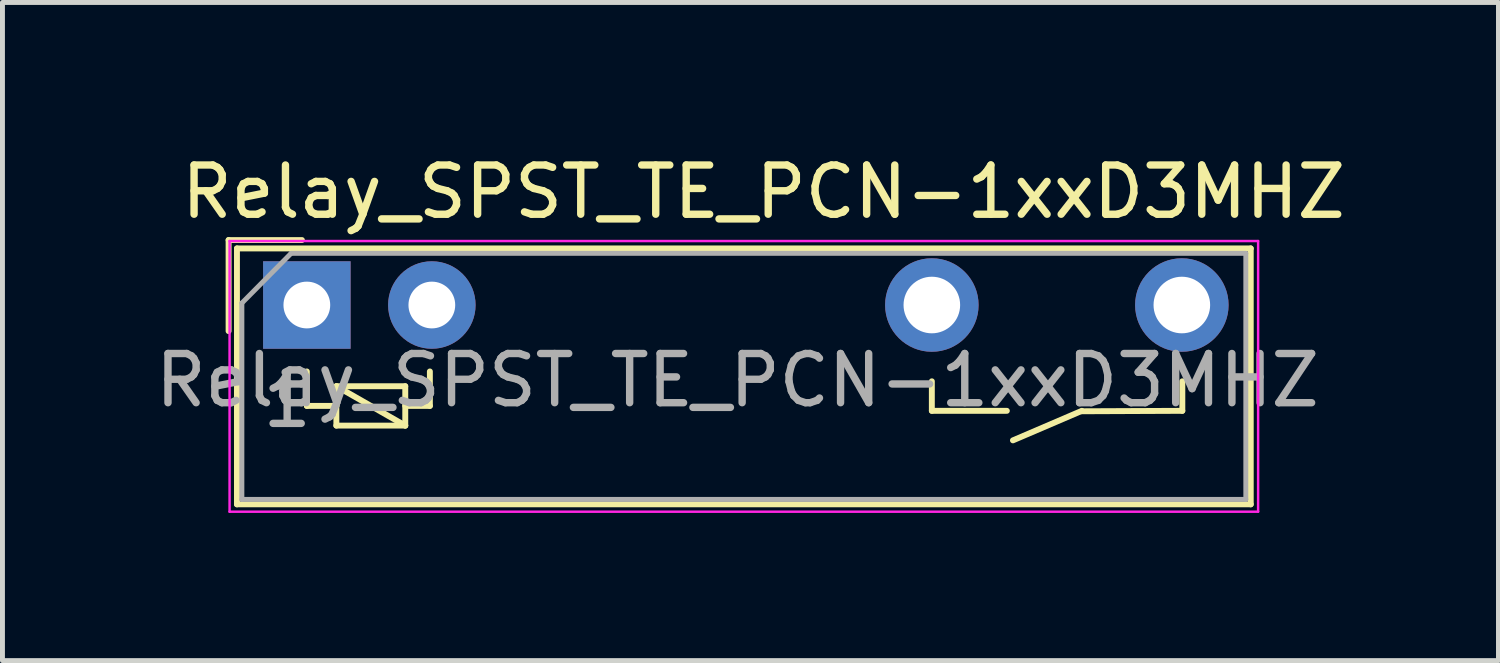
<source format=kicad_pcb>
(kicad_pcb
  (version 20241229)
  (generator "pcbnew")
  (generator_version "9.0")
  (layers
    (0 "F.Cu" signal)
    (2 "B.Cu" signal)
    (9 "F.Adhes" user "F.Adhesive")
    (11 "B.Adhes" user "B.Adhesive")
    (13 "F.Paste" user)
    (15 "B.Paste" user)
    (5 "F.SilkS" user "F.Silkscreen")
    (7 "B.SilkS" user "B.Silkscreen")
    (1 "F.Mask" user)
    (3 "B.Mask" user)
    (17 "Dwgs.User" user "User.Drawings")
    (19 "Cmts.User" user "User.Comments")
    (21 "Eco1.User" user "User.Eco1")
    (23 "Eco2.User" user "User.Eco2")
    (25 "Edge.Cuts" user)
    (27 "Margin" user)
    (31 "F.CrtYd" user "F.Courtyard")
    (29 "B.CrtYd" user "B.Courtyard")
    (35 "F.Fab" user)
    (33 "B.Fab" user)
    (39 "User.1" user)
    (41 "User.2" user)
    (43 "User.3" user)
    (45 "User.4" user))
  (footprint "Relay_SPST_TE_PCN-1xxD3MHZ"
    (layer "F.Cu")
    (at 3.185 3.148)
    (property "Reference" "Relay_SPST_TE_PCN-1xxD3MHZ" (at 9.28 -2.3 180) (layer "F.SilkS") (effects (font (size 1 1) (thickness 0.15))))
    (attr through_hole)
    (fp_line (start -1.59 -1.32) (end -0.1 -1.32) (stroke (width 0.12) (type solid)) (layer "F.SilkS"))
    (fp_line (start -1.59 0.53) (end -1.59 -1.32) (stroke (width 0.12) (type solid)) (layer "F.SilkS"))
    (fp_line (start -1.42 -1.15) (end -1.42 4.05) (stroke (width 0.12) (type solid)) (layer "F.SilkS"))
    (fp_line (start -1.42 4.05) (end 19.18 4.05) (stroke (width 0.12) (type solid)) (layer "F.SilkS"))
    (fp_line (start 0 1.35) (end 0 2.05) (stroke (width 0.12) (type solid)) (layer "F.SilkS"))
    (fp_line (start 0 2.05) (end 0.6 2.05) (stroke (width 0.12) (type solid)) (layer "F.SilkS"))
    (fp_line (start 0.6 1.65) (end 2 1.65) (stroke (width 0.12) (type solid)) (layer "F.SilkS"))
    (fp_line (start 0.6 1.65) (end 2 2.45) (stroke (width 0.12) (type solid)) (layer "F.SilkS"))
    (fp_line (start 0.6 2.05) (end 0.6 1.65) (stroke (width 0.12) (type solid)) (layer "F.SilkS"))
    (fp_line (start 0.6 2.45) (end 0.6 2.05) (stroke (width 0.12) (type solid)) (layer "F.SilkS"))
    (fp_line (start 2 1.65) (end 2 2.45) (stroke (width 0.12) (type solid)) (layer "F.SilkS"))
    (fp_line (start 2 2.05) (end 2.5 2.05) (stroke (width 0.12) (type solid)) (layer "F.SilkS"))
    (fp_line (start 2 2.45) (end 0.6 2.45) (stroke (width 0.12) (type solid)) (layer "F.SilkS"))
    (fp_line (start 2.5 2.05) (end 2.5 1.35) (stroke (width 0.12) (type solid)) (layer "F.SilkS"))
    (fp_line (start 12.7 2.15) (end 12.7 1.55) (stroke (width 0.12) (type solid)) (layer "F.SilkS"))
    (fp_line (start 14.224 2.15) (end 12.7 2.15) (stroke (width 0.12) (type solid)) (layer "F.SilkS"))
    (fp_line (start 15.748 2.15) (end 14.348 2.75) (stroke (width 0.12) (type solid)) (layer "F.SilkS"))
    (fp_line (start 17.79 1.55) (end 17.79 2.15) (stroke (width 0.12) (type solid)) (layer "F.SilkS"))
    (fp_line (start 17.79 2.15) (end 15.748 2.159) (stroke (width 0.12) (type solid)) (layer "F.SilkS"))
    (fp_line (start 19.18 -1.15) (end -1.42 -1.15) (stroke (width 0.12) (type solid)) (layer "F.SilkS"))
    (fp_line (start 19.18 4.05) (end 19.18 -1.15) (stroke (width 0.12) (type solid)) (layer "F.SilkS"))
    (fp_line (start -1.57 -1.3) (end -1.57 4.2) (stroke (width 0.05) (type solid)) (layer "F.CrtYd"))
    (fp_line (start -1.57 4.2) (end 19.33 4.2) (stroke (width 0.05) (type solid)) (layer "F.CrtYd"))
    (fp_line (start 19.33 -1.3) (end -1.57 -1.3) (stroke (width 0.05) (type solid)) (layer "F.CrtYd"))
    (fp_line (start 19.33 4.2) (end 19.33 -1.3) (stroke (width 0.05) (type solid)) (layer "F.CrtYd"))
    (fp_line (start -1.32 3.95) (end -1.32 -0.04) (stroke (width 0.1) (type solid)) (layer "F.Fab"))
    (fp_line (start -0.32 -1.05) (end -1.32 -0.04) (stroke (width 0.1) (type solid)) (layer "F.Fab"))
    (fp_line (start -0.32 -1.05) (end 19.08 -1.05) (stroke (width 0.1) (type solid)) (layer "F.Fab"))
    (fp_line (start 19.08 -1.05) (end 19.08 3.95) (stroke (width 0.1) (type solid)) (layer "F.Fab"))
    (fp_line (start 19.08 3.95) (end -1.32 3.95) (stroke (width 0.1) (type solid)) (layer "F.Fab"))
    (fp_text user "1" (at -0.4 1.95 0) (layer "F.Fab") (effects (font (size 1 1) (thickness 0.15))))
    (fp_text user "${REFERENCE}" (at 8.75 1.53 0) (layer "F.Fab") (effects (font (size 1 1) (thickness 0.15))))
    (pad "1" thru_hole rect (at 0 0) (size 1.778 1.778) (drill 0.95) (layers "*.Cu" "*.Mask"))
    (pad "2" thru_hole circle (at 2.54 0) (size 1.778 1.778) (drill 0.95) (layers "*.Cu" "*.Mask"))
    (pad "3" thru_hole circle (at 12.7 0) (size 1.9 1.9) (drill 1.15) (layers "*.Cu" "*.Mask"))
    (pad "4" thru_hole circle (at 17.78 0) (size 1.9 1.9) (drill 1.15) (layers "*.Cu" "*.Mask")))
  (gr_rect
    (start -3 -3)
    (end 27.399 10.373)
    (stroke (width 0.1) (type default))
    (fill no)
    (layer "Edge.Cuts")))
</source>
